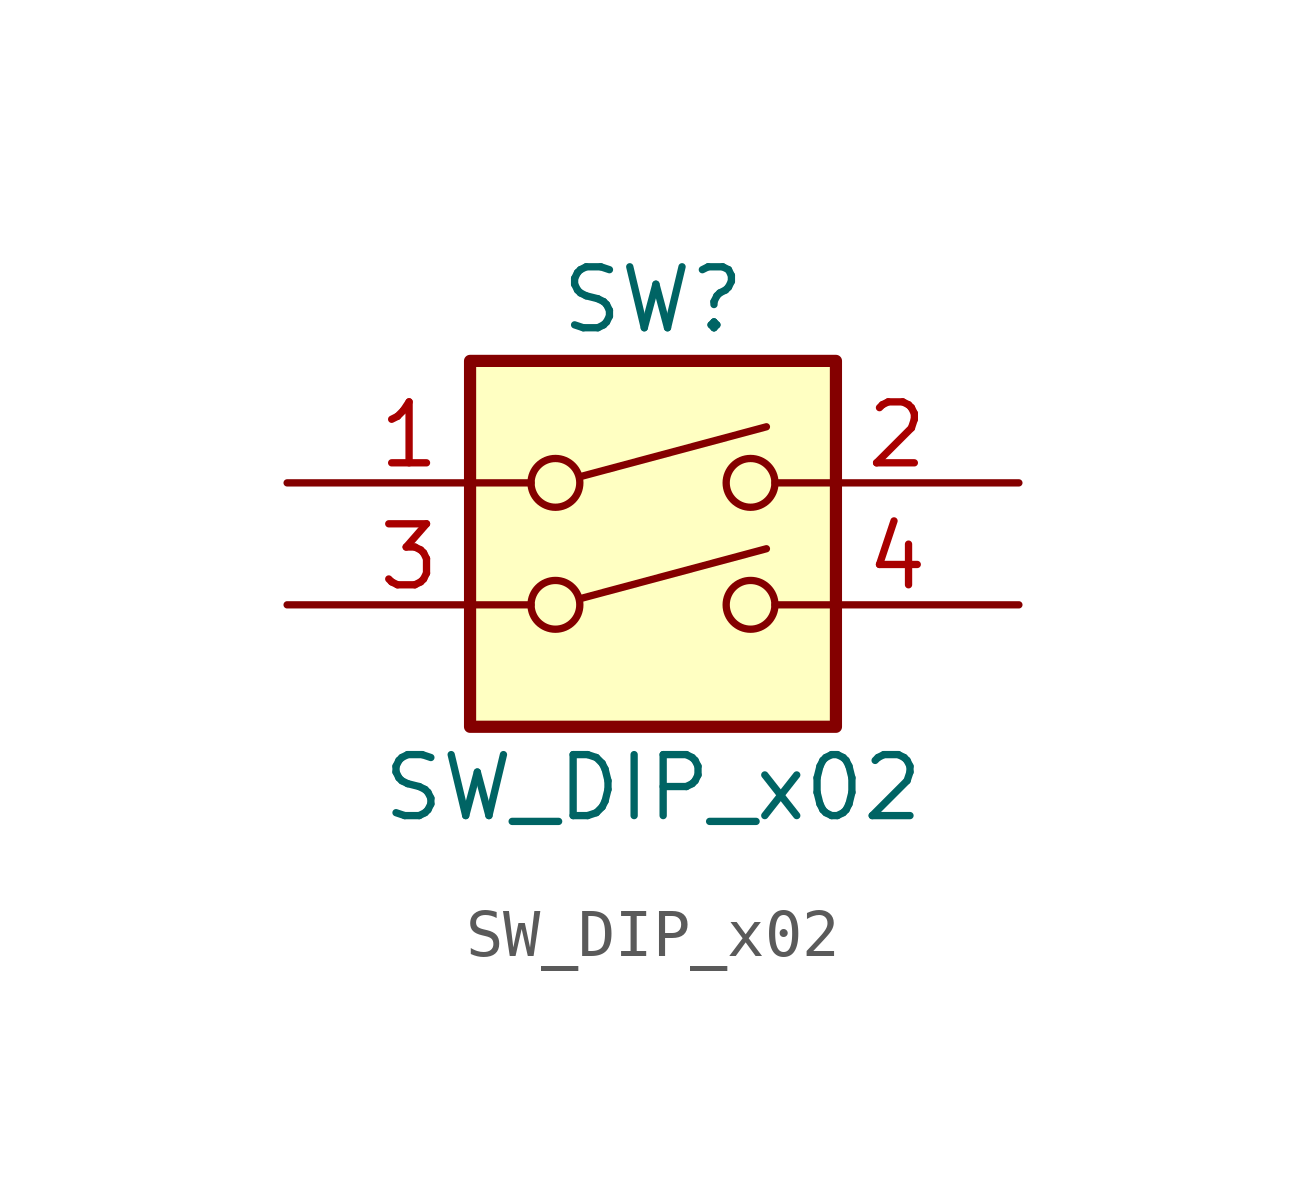
<source format=kicad_sym>
(kicad_symbol_lib
  (version 20211014)
  (generator kicad_symbol_editor)
  (symbol "SW_DIP_x02"
    (pin_names
      (offset 0) hide)
    (property "Reference" "SW"
      (at 0 6.35 0)
      (effects (font (size 1.27 1.27))))
    (property "Value" "SW_DIP_x02"
      (at 0 -3.81 0)
      (effects (font (size 1.27 1.27))))
    (symbol "SW_DIP_x02_0_0"
      (circle (center -2.032 0) (radius 0.508) (stroke (width 0) (type default) (color 0 0 0 0)) (fill (type none)))
      (circle (center -2.032 2.54) (radius 0.508) (stroke (width 0) (type default) (color 0 0 0 0)) (fill (type none)))
      (polyline (pts (xy -1.524 0.127) (xy 2.362 1.168)) (stroke (width 0) (type default) (color 0 0 0 0)) (fill (type none)))
      (polyline (pts (xy -1.524 2.667) (xy 2.362 3.708)) (stroke (width 0) (type default) (color 0 0 0 0)) (fill (type none)))
      (circle (center 2.032 0) (radius 0.508) (stroke (width 0) (type default) (color 0 0 0 0)) (fill (type none)))
      (circle (center 2.032 2.54) (radius 0.508) (stroke (width 0) (type default) (color 0 0 0 0)) (fill (type none))))
    (symbol "SW_DIP_x02_0_1"
      (rectangle (start -3.81 5.08) (end 3.81 -2.54) (stroke (width 0.254) (type default) (color 0 0 0 0)) (fill (type background))))
    (symbol "SW_DIP_x02_1_1"
      (pin passive line (at -7.62 2.54 0) (length 5.08) (name "~" (effects (font (size 1.27 1.27)))) (number "1" (effects (font (size 1.27 1.27)))))
      (pin passive line (at 7.62 2.54 180) (length 5.08) (name "~" (effects (font (size 1.27 1.27)))) (number "2" (effects (font (size 1.27 1.27)))))
      (pin passive line (at -7.62 0 0) (length 5.08) (name "~" (effects (font (size 1.27 1.27)))) (number "3" (effects (font (size 1.27 1.27)))))
      (pin passive line (at 7.62 0 180) (length 5.08) (name "~" (effects (font (size 1.27 1.27)))) (number "4" (effects (font (size 1.27 1.27))))))))
</source>
